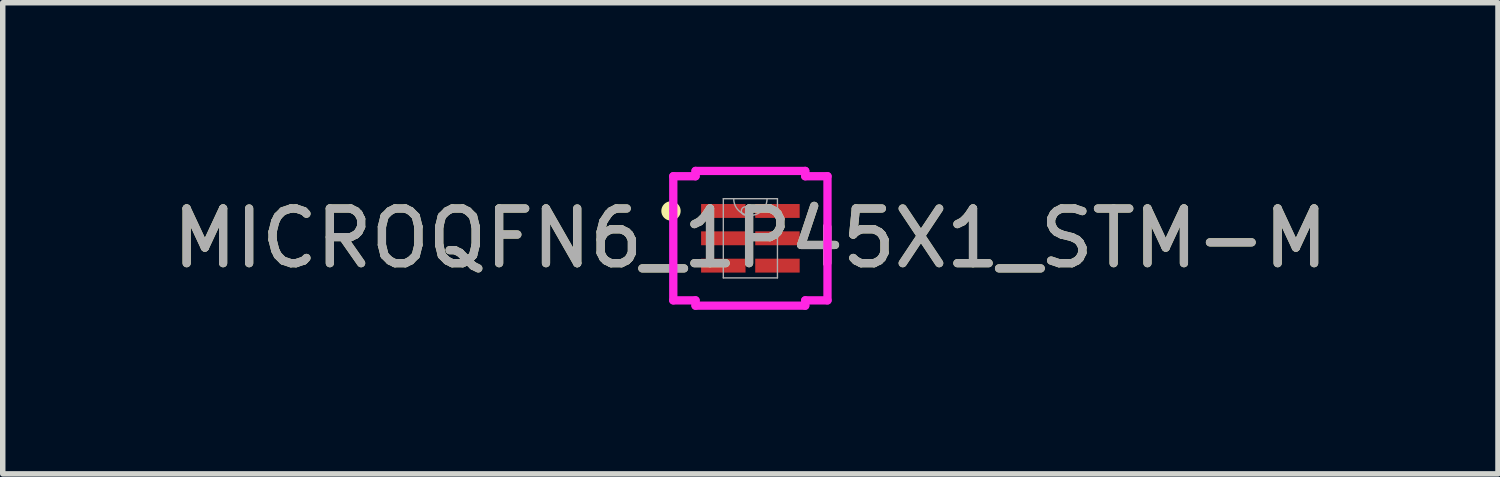
<source format=kicad_pcb>
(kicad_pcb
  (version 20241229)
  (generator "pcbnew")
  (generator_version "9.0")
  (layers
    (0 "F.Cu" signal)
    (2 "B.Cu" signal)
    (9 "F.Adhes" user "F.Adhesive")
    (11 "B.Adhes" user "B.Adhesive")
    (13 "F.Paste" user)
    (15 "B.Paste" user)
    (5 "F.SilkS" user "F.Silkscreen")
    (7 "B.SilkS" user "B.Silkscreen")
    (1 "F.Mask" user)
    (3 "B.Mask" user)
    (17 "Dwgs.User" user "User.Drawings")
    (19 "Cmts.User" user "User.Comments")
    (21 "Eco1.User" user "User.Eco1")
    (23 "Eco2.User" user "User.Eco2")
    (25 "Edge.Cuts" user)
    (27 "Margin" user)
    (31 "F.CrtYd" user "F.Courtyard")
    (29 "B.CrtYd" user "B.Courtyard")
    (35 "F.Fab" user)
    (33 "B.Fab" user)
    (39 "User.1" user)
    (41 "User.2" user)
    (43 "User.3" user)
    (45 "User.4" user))
  (footprint "MICROQFN6_1P45X1_STM-M"
    (layer "F.Cu")
    (at 10.673 1.308)
    (property "Reference" "MICROQFN6_1P45X1_STM-M" (at 0 0 0) (unlocked yes) (layer "F.SilkS") (effects (font (size 1 1) (thickness 0.15))))
    (attr smd)
    (fp_circle (center -1.452 -0.5) (end -1.351 -0.5) (stroke (width 0.152) (type solid)) (fill no) (layer "F.SilkS"))
    (fp_line (start -1.41 -1.135) (end -1.003 -1.135) (stroke (width 0.152) (type solid)) (layer "F.CrtYd"))
    (fp_line (start -1.41 1.135) (end -1.41 -1.135) (stroke (width 0.152) (type solid)) (layer "F.CrtYd"))
    (fp_line (start -1.41 1.135) (end -1.003 1.135) (stroke (width 0.152) (type solid)) (layer "F.CrtYd"))
    (fp_line (start -1.003 -1.232) (end 1.003 -1.232) (stroke (width 0.152) (type solid)) (layer "F.CrtYd"))
    (fp_line (start -1.003 -1.135) (end -1.003 -1.232) (stroke (width 0.152) (type solid)) (layer "F.CrtYd"))
    (fp_line (start -1.003 1.232) (end -1.003 1.135) (stroke (width 0.152) (type solid)) (layer "F.CrtYd"))
    (fp_line (start 1.003 -1.232) (end 1.003 -1.135) (stroke (width 0.152) (type solid)) (layer "F.CrtYd"))
    (fp_line (start 1.003 1.135) (end 1.003 1.232) (stroke (width 0.152) (type solid)) (layer "F.CrtYd"))
    (fp_line (start 1.003 1.232) (end -1.003 1.232) (stroke (width 0.152) (type solid)) (layer "F.CrtYd"))
    (fp_line (start 1.41 -1.135) (end 1.003 -1.135) (stroke (width 0.152) (type solid)) (layer "F.CrtYd"))
    (fp_line (start 1.41 -1.135) (end 1.41 1.135) (stroke (width 0.152) (type solid)) (layer "F.CrtYd"))
    (fp_line (start 1.41 1.135) (end 1.003 1.135) (stroke (width 0.152) (type solid)) (layer "F.CrtYd"))
    (fp_line (start -0.495 -0.724) (end -0.495 0.724) (stroke (width 0.025) (type solid)) (layer "F.Fab"))
    (fp_line (start -0.495 0.724) (end 0.495 0.724) (stroke (width 0.025) (type solid)) (layer "F.Fab"))
    (fp_line (start 0.495 -0.724) (end -0.495 -0.724) (stroke (width 0.025) (type solid)) (layer "F.Fab"))
    (fp_line (start 0.495 0.724) (end 0.495 -0.724) (stroke (width 0.025) (type solid)) (layer "F.Fab"))
    (fp_arc (start 0.3048 -0.7239) (mid 0 -0.4191) (end -0.3048 -0.7239) (stroke (width 0.0254) (type solid)) (layer "F.Fab"))
    (fp_circle (center -0.089 -0.5) (end -0.013 -0.5) (stroke (width 0.025) (type solid)) (fill no) (layer "F.Fab"))
    (fp_text user "${REFERENCE}" (at 0 0 0) (unlocked yes) (layer "F.Fab") (effects (font (size 1 1) (thickness 0.15))))
    (pad "1" smd rect (at -0.495 -0.5) (size 0.813 0.254) (layers "F.Cu" "F.Mask" "F.Paste"))
    (pad "2" smd rect (at -0.495 0) (size 0.813 0.254) (layers "F.Cu" "F.Mask" "F.Paste"))
    (pad "3" smd rect (at -0.495 0.5) (size 0.813 0.254) (layers "F.Cu" "F.Mask" "F.Paste"))
    (pad "4" smd rect (at 0.495 0.5) (size 0.813 0.254) (layers "F.Cu" "F.Mask" "F.Paste"))
    (pad "5" smd rect (at 0.495 0) (size 0.813 0.254) (layers "F.Cu" "F.Mask" "F.Paste"))
    (pad "6" smd rect (at 0.495 -0.5) (size 0.813 0.254) (layers "F.Cu" "F.Mask" "F.Paste")))
  (gr_rect
    (start -3 -3)
    (end 24.345 5.616)
    (stroke (width 0.1) (type default))
    (fill no)
    (layer "Edge.Cuts")))
</source>
